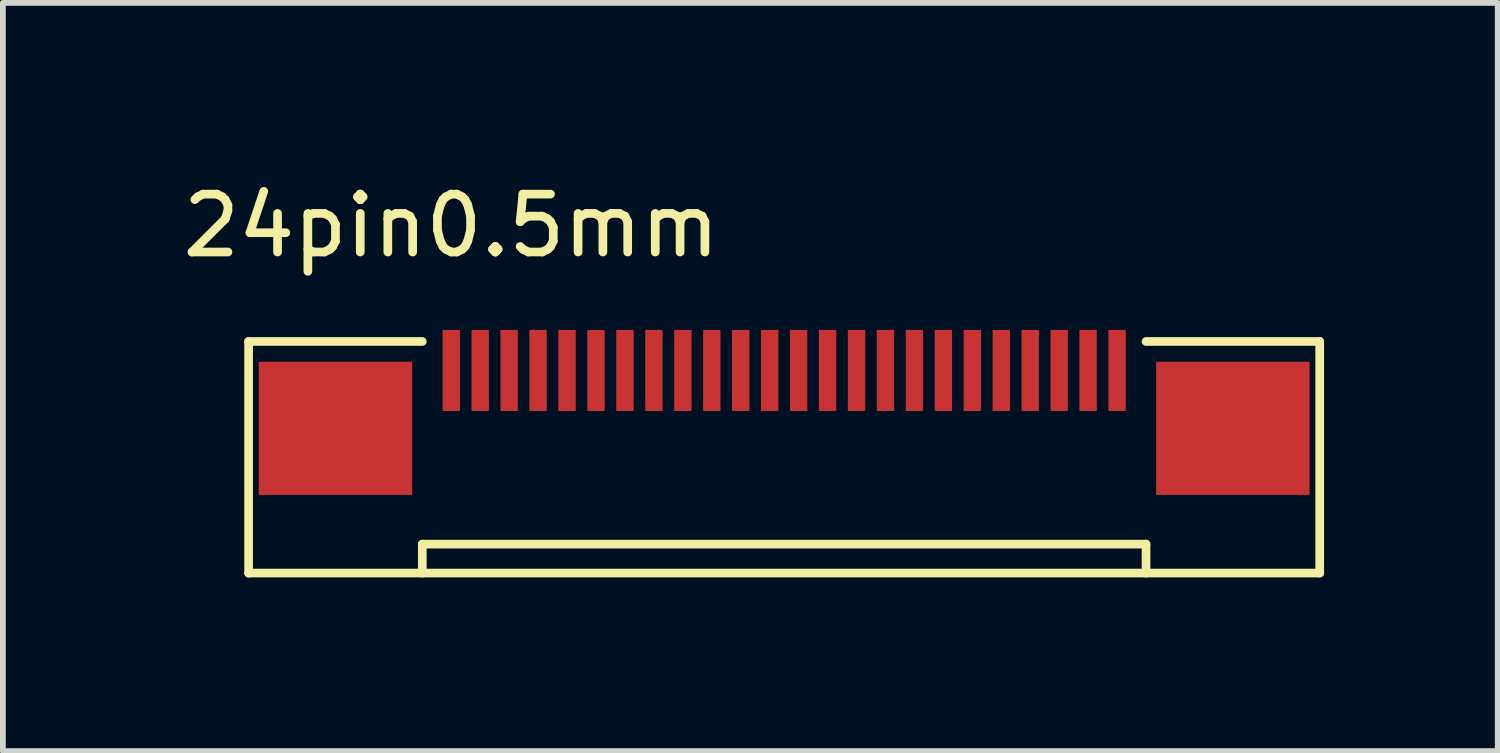
<source format=kicad_pcb>
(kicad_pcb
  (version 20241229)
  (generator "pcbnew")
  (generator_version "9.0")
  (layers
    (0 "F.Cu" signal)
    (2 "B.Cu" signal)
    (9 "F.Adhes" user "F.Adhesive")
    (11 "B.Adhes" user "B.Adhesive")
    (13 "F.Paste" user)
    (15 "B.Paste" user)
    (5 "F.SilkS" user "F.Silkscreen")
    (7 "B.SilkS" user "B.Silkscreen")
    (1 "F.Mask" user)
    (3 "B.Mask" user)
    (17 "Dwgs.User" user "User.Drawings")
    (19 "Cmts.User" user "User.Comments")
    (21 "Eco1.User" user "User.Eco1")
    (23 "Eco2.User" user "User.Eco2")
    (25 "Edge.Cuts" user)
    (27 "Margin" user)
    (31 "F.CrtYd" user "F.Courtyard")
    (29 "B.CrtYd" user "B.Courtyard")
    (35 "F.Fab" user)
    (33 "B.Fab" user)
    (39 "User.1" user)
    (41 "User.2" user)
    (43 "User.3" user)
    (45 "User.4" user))
  (footprint "24pin0.5mm"
    (layer "F.Cu")
    (at 4.744 3.348)
    (property "Reference" "24pin0.5mm" (at 0 -2.5 0) (layer "F.SilkS") (effects (font (size 1 1) (thickness 0.15))))
    (attr through_hole)
    (fp_line (start -3.5 -0.5) (end -3.5 3.5) (stroke (width 0.15) (type solid)) (layer "F.SilkS"))
    (fp_line (start -3.5 -0.5) (end -0.5 -0.5) (stroke (width 0.15) (type solid)) (layer "F.SilkS"))
    (fp_line (start -3.5 3.5) (end 15 3.5) (stroke (width 0.15) (type solid)) (layer "F.SilkS"))
    (fp_line (start -0.5 3) (end -0.5 3.5) (stroke (width 0.15) (type solid)) (layer "F.SilkS"))
    (fp_line (start -0.5 3) (end 12 3) (stroke (width 0.15) (type solid)) (layer "F.SilkS"))
    (fp_line (start 12 3) (end 12 3.5) (stroke (width 0.15) (type solid)) (layer "F.SilkS"))
    (fp_line (start 15 -0.5) (end 12 -0.5) (stroke (width 0.15) (type solid)) (layer "F.SilkS"))
    (fp_line (start 15 3.5) (end 15 -0.5) (stroke (width 0.15) (type solid)) (layer "F.SilkS"))
    (pad "" smd rect (at -2 1) (size 2.65 2.3) (layers "F.Cu" "F.Mask" "F.Paste"))
    (pad "" smd rect (at 13.5 1) (size 2.65 2.3) (layers "F.Cu" "F.Mask" "F.Paste"))
    (pad "1" smd rect (at 0 0) (size 0.3 1.4) (layers "F.Cu" "F.Mask" "F.Paste"))
    (pad "2" smd rect (at 0.5 0) (size 0.3 1.4) (layers "F.Cu" "F.Mask" "F.Paste"))
    (pad "3" smd rect (at 1 0) (size 0.3 1.4) (layers "F.Cu" "F.Mask" "F.Paste"))
    (pad "4" smd rect (at 1.5 0) (size 0.3 1.4) (layers "F.Cu" "F.Mask" "F.Paste"))
    (pad "5" smd rect (at 2 0) (size 0.3 1.4) (layers "F.Cu" "F.Mask" "F.Paste"))
    (pad "6" smd rect (at 2.5 0) (size 0.3 1.4) (layers "F.Cu" "F.Mask" "F.Paste"))
    (pad "7" smd rect (at 3 0) (size 0.3 1.4) (layers "F.Cu" "F.Mask" "F.Paste"))
    (pad "8" smd rect (at 3.5 0) (size 0.3 1.4) (layers "F.Cu" "F.Mask" "F.Paste"))
    (pad "9" smd rect (at 4 0) (size 0.3 1.4) (layers "F.Cu" "F.Mask" "F.Paste"))
    (pad "10" smd rect (at 4.5 0) (size 0.3 1.4) (layers "F.Cu" "F.Mask" "F.Paste"))
    (pad "11" smd rect (at 5 0) (size 0.3 1.4) (layers "F.Cu" "F.Mask" "F.Paste"))
    (pad "12" smd rect (at 5.5 0) (size 0.3 1.4) (layers "F.Cu" "F.Mask" "F.Paste"))
    (pad "13" smd rect (at 6 0) (size 0.3 1.4) (layers "F.Cu" "F.Mask" "F.Paste"))
    (pad "14" smd rect (at 6.5 0) (size 0.3 1.4) (layers "F.Cu" "F.Mask" "F.Paste"))
    (pad "15" smd rect (at 7 0) (size 0.3 1.4) (layers "F.Cu" "F.Mask" "F.Paste"))
    (pad "16" smd rect (at 7.5 0) (size 0.3 1.4) (layers "F.Cu" "F.Mask" "F.Paste"))
    (pad "17" smd rect (at 8 0) (size 0.3 1.4) (layers "F.Cu" "F.Mask" "F.Paste"))
    (pad "18" smd rect (at 8.5 0) (size 0.3 1.4) (layers "F.Cu" "F.Mask" "F.Paste"))
    (pad "19" smd rect (at 9 0) (size 0.3 1.4) (layers "F.Cu" "F.Mask" "F.Paste"))
    (pad "20" smd rect (at 9.5 0) (size 0.3 1.4) (layers "F.Cu" "F.Mask" "F.Paste"))
    (pad "21" smd rect (at 10 0) (size 0.3 1.4) (layers "F.Cu" "F.Mask" "F.Paste"))
    (pad "22" smd rect (at 10.5 0) (size 0.3 1.4) (layers "F.Cu" "F.Mask" "F.Paste"))
    (pad "23" smd rect (at 11 0) (size 0.3 1.4) (layers "F.Cu" "F.Mask" "F.Paste"))
    (pad "24" smd rect (at 11.5 0) (size 0.3 1.4) (layers "F.Cu" "F.Mask" "F.Paste")))
  (gr_rect
    (start -3 -3)
    (end 22.819 9.923)
    (stroke (width 0.1) (type default))
    (fill no)
    (layer "Edge.Cuts")))
</source>
